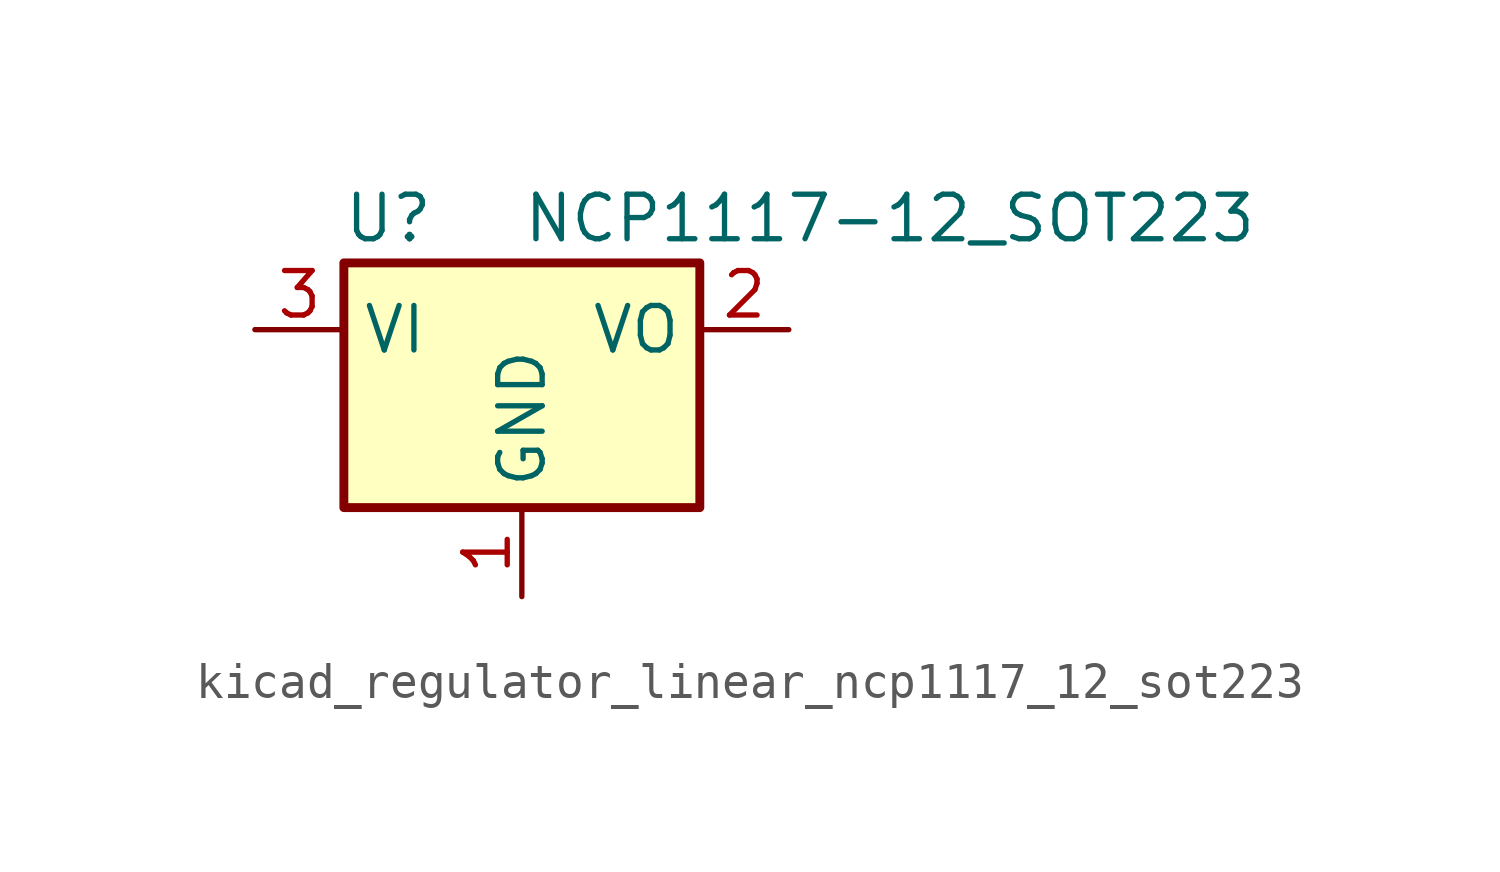
<source format=kicad_sym>
(kicad_symbol_lib
  (version 20220914)
  (generator kicad_symbol_editor)
  (symbol "kicad_regulator_linear_ncp1117_12_sot223"
    (property "Reference" "U"
      (at -3.81 3.175 0)
      (effects (font (size 1.27 1.27))))
    (property "Value" "NCP1117-12_SOT223"
      (at 0 3.175 0)
      (effects (font (size 1.27 1.27)) (justify left)))
    (symbol "kicad_regulator_linear_ncp1117_12_sot223_0_1"
      (rectangle (start -5.08 -5.08) (end 5.08 1.905) (stroke (width 0.254) (type default)) (fill (type background))))
    (symbol "kicad_regulator_linear_ncp1117_12_sot223_1_1"
      (pin power_in line (at 0 -7.62 90) (length 2.54) (name "GND" (effects (font (size 1.27 1.27)))) (number "1" (effects (font (size 1.27 1.27)))))
      (pin power_out line (at 7.62 0 180) (length 2.54) (name "VO" (effects (font (size 1.27 1.27)))) (number "2" (effects (font (size 1.27 1.27)))))
      (pin power_in line (at -7.62 0 0) (length 2.54) (name "VI" (effects (font (size 1.27 1.27)))) (number "3" (effects (font (size 1.27 1.27))))))))
</source>
